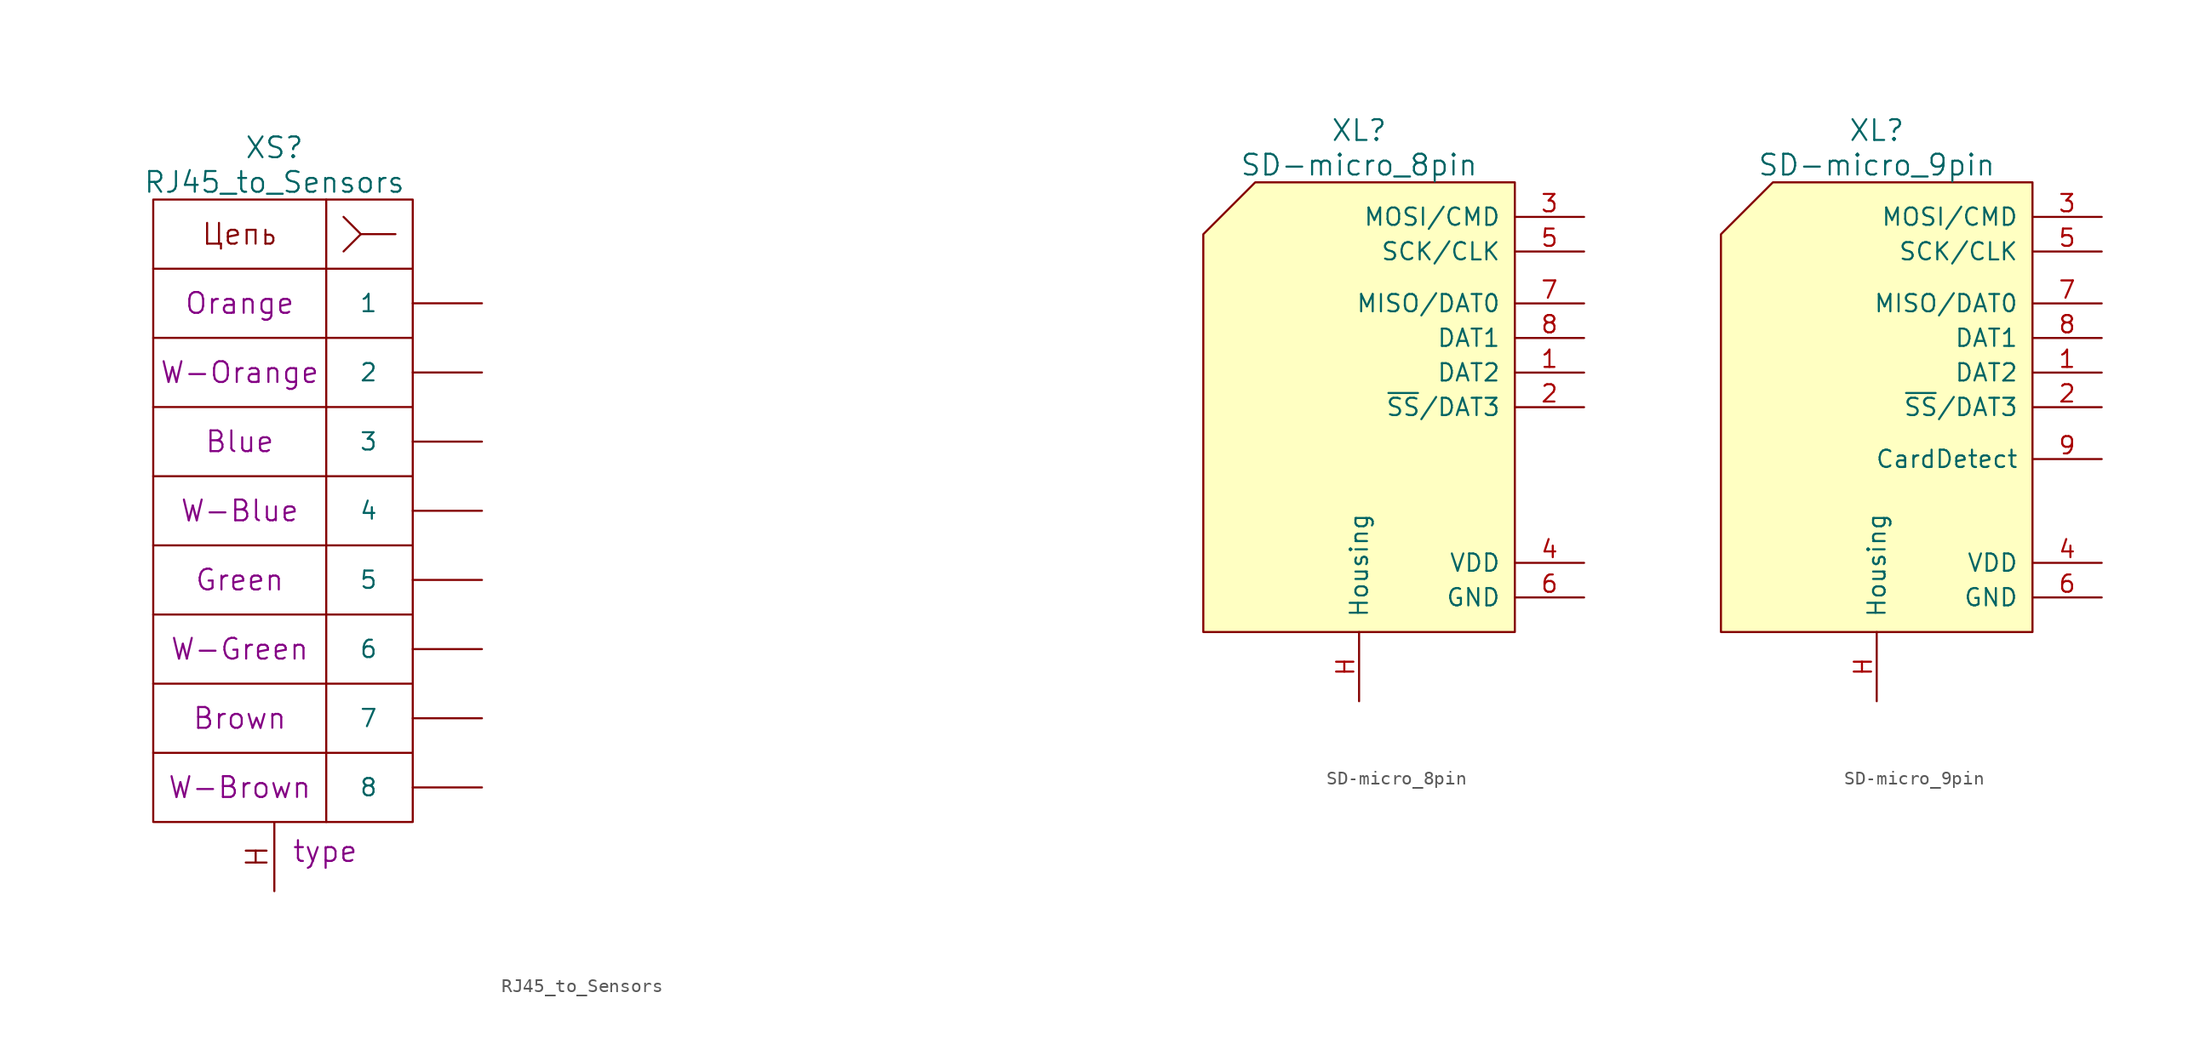
<source format=kicad_sym>
(kicad_symbol_lib
  (version 20220914)
  (generator kicad_symbol_editor)
  (symbol "RJ45_to_Sensors"
    (pin_numbers hide)
    (pin_names
      (offset 2.54))
    (property "Reference" "XS"
      (at 0 26.67 0)
      (do_not_autoplace)
      (effects (font (size 1.524 1.524))))
    (property "Value" "RJ45_to_Sensors"
      (at 0 24.13 0)
      (do_not_autoplace)
      (effects (font (size 1.524 1.524))))
    (property "Datasheet" ""
      (at 54.61 -21.59 0)
      (effects (font (size 1.524 1.524))))
    (property "Pin1" "Orange"
      (at -2.54 15.24 0)
      (do_not_autoplace)
      (effects (font (size 1.524 1.524))))
    (property "Pin2" "W-Orange"
      (at -2.54 10.16 0)
      (do_not_autoplace)
      (effects (font (size 1.524 1.524))))
    (property "Pin3" "Blue"
      (at -2.54 5.08 0)
      (do_not_autoplace)
      (effects (font (size 1.524 1.524))))
    (property "Pin4" "W-Blue"
      (at -2.54 0 0)
      (do_not_autoplace)
      (effects (font (size 1.524 1.524))))
    (property "Pin5" "Green"
      (at -2.54 -5.08 0)
      (do_not_autoplace)
      (effects (font (size 1.524 1.524))))
    (property "Pin6" "W-Green"
      (at -2.54 -10.16 0)
      (do_not_autoplace)
      (effects (font (size 1.524 1.524))))
    (property "Pin7" "Brown"
      (at -2.54 -15.24 0)
      (do_not_autoplace)
      (effects (font (size 1.524 1.524))))
    (property "Pin8" "W-Brown"
      (at -2.54 -20.32 0)
      (do_not_autoplace)
      (effects (font (size 1.524 1.524))))
    (property "Type" "type"
      (at 1.27 -24.13 0)
      (do_not_autoplace)
      (effects (font (size 1.524 1.524)) (justify left top)))
    (symbol "RJ45_to_Sensors_0_0"
      (text "H" (at -1.27 -25.4 900) (effects (font (size 1.524 1.524))))
      (text "Цепь" (at -2.54 20.32 0) (effects (font (size 1.524 1.524)))))
    (symbol "RJ45_to_Sensors_0_1"
      (rectangle (start -8.89 17.78) (end 10.16 -22.86) (stroke (width 0) (type solid)) (fill (type none)))
      (polyline (pts (xy -8.89 -17.78) (xy 10.16 -17.78)) (stroke (width 0) (type solid)) (fill (type none)))
      (polyline (pts (xy -8.89 -12.7) (xy 10.16 -12.7)) (stroke (width 0) (type solid)) (fill (type none)))
      (polyline (pts (xy -8.89 -7.62) (xy 10.16 -7.62)) (stroke (width 0) (type solid)) (fill (type none)))
      (polyline (pts (xy -8.89 -2.54) (xy 10.16 -2.54)) (stroke (width 0) (type solid)) (fill (type none)))
      (polyline (pts (xy -8.89 2.54) (xy 10.16 2.54)) (stroke (width 0) (type solid)) (fill (type none)))
      (polyline (pts (xy -8.89 7.62) (xy 10.16 7.62)) (stroke (width 0) (type solid)) (fill (type none)))
      (polyline (pts (xy 3.81 22.86) (xy 3.81 -22.86)) (stroke (width 0) (type solid)) (fill (type none)))
      (polyline (pts (xy 8.89 20.32) (xy 6.35 20.32)) (stroke (width 0) (type solid)) (fill (type none)))
      (polyline (pts (xy 10.16 12.7) (xy -8.89 12.7)) (stroke (width 0) (type solid)) (fill (type none)))
      (polyline (pts (xy 5.08 19.05) (xy 6.35 20.32) (xy 5.08 21.59)) (stroke (width 0) (type solid)) (fill (type none)))
      (polyline (pts (xy 10.16 17.78) (xy 10.16 22.86) (xy -8.89 22.86) (xy -8.89 17.78)) (stroke (width 0) (type solid)) (fill (type none))))
    (symbol "RJ45_to_Sensors_1_1"
      (pin passive line (at 15.24 15.24 180) (length 5.08) (name "1" (effects (font (size 1.27 1.27)))) (number "1" (effects (font (size 1.27 1.27)))))
      (pin passive line (at 15.24 10.16 180) (length 5.08) (name "2" (effects (font (size 1.27 1.27)))) (number "2" (effects (font (size 1.27 1.27)))))
      (pin passive line (at 15.24 5.08 180) (length 5.08) (name "3" (effects (font (size 1.27 1.27)))) (number "3" (effects (font (size 1.27 1.27)))))
      (pin passive line (at 15.24 0 180) (length 5.08) (name "4" (effects (font (size 1.27 1.27)))) (number "4" (effects (font (size 1.27 1.27)))))
      (pin passive line (at 15.24 -5.08 180) (length 5.08) (name "5" (effects (font (size 1.27 1.27)))) (number "5" (effects (font (size 1.27 1.27)))))
      (pin passive line (at 15.24 -10.16 180) (length 5.08) (name "6" (effects (font (size 1.27 1.27)))) (number "6" (effects (font (size 1.27 1.27)))))
      (pin passive line (at 15.24 -15.24 180) (length 5.08) (name "7" (effects (font (size 1.27 1.27)))) (number "7" (effects (font (size 1.27 1.27)))))
      (pin passive line (at 15.24 -20.32 180) (length 5.08) (name "8" (effects (font (size 1.27 1.27)))) (number "8" (effects (font (size 1.27 1.27)))))
      (pin passive line (at 0 -27.94 90) (length 5.004) (name "~" (effects (font (size 1.524 1.524)))) (number "H" (effects (font (size 1.524 1.524)))))))
  (symbol "SD-micro_8pin"
    (pin_names
      (offset 1.016))
    (property "Reference" "XL"
      (at 0 19.05 0)
      (do_not_autoplace)
      (effects (font (size 1.524 1.524))))
    (property "Value" "SD-micro_8pin"
      (at 0 16.51 0)
      (do_not_autoplace)
      (effects (font (size 1.524 1.524))))
    (property "Datasheet" ""
      (at 0 0 0)
      (effects (font (size 1.524 1.524))))
    (symbol "SD-micro_8pin_0_1"
      (polyline (pts (xy 11.43 15.24) (xy 11.43 -17.78) (xy -11.43 -17.78) (xy -11.43 11.43) (xy -7.62 15.24) (xy 11.43 15.24) (xy 11.43 15.24)) (stroke (width 0) (type solid)) (fill (type background))))
    (symbol "SD-micro_8pin_1_1"
      (pin passive line (at 16.51 1.27 180) (length 5.08) (name "DAT2" (effects (font (size 1.27 1.27)))) (number "1" (effects (font (size 1.27 1.27)))))
      (pin passive line (at 16.51 -1.27 180) (length 5.08) (name "~{SS}/DAT3" (effects (font (size 1.27 1.27)))) (number "2" (effects (font (size 1.27 1.27)))))
      (pin passive line (at 16.51 12.7 180) (length 5.08) (name "MOSI/CMD" (effects (font (size 1.27 1.27)))) (number "3" (effects (font (size 1.27 1.27)))))
      (pin power_in line (at 16.51 -12.7 180) (length 5.08) (name "VDD" (effects (font (size 1.27 1.27)))) (number "4" (effects (font (size 1.27 1.27)))))
      (pin passive line (at 16.51 10.16 180) (length 5.08) (name "SCK/CLK" (effects (font (size 1.27 1.27)))) (number "5" (effects (font (size 1.27 1.27)))))
      (pin power_in line (at 16.51 -15.24 180) (length 5.08) (name "GND" (effects (font (size 1.27 1.27)))) (number "6" (effects (font (size 1.27 1.27)))))
      (pin passive line (at 16.51 6.35 180) (length 5.08) (name "MISO/DAT0" (effects (font (size 1.27 1.27)))) (number "7" (effects (font (size 1.27 1.27)))))
      (pin passive line (at 16.51 3.81 180) (length 5.08) (name "DAT1" (effects (font (size 1.27 1.27)))) (number "8" (effects (font (size 1.27 1.27)))))
      (pin passive line (at 0 -22.86 90) (length 5.08) (name "Housing" (effects (font (size 1.27 1.27)))) (number "H" (effects (font (size 1.27 1.27)))))))
  (symbol "SD-micro_9pin"
    (pin_names
      (offset 1.016))
    (property "Reference" "XL"
      (at 0 19.05 0)
      (do_not_autoplace)
      (effects (font (size 1.524 1.524))))
    (property "Value" "SD-micro_9pin"
      (at 0 16.51 0)
      (do_not_autoplace)
      (effects (font (size 1.524 1.524))))
    (property "Datasheet" ""
      (at 0 0 0)
      (effects (font (size 1.524 1.524))))
    (symbol "SD-micro_9pin_0_1"
      (polyline (pts (xy 11.43 15.24) (xy 11.43 -17.78) (xy -11.43 -17.78) (xy -11.43 11.43) (xy -7.62 15.24) (xy 11.43 15.24) (xy 11.43 15.24)) (stroke (width 0) (type solid)) (fill (type background))))
    (symbol "SD-micro_9pin_1_1"
      (pin passive line (at 16.51 1.27 180) (length 5.08) (name "DAT2" (effects (font (size 1.27 1.27)))) (number "1" (effects (font (size 1.27 1.27)))))
      (pin passive line (at 16.51 -1.27 180) (length 5.08) (name "~{SS}/DAT3" (effects (font (size 1.27 1.27)))) (number "2" (effects (font (size 1.27 1.27)))))
      (pin passive line (at 16.51 12.7 180) (length 5.08) (name "MOSI/CMD" (effects (font (size 1.27 1.27)))) (number "3" (effects (font (size 1.27 1.27)))))
      (pin power_in line (at 16.51 -12.7 180) (length 5.08) (name "VDD" (effects (font (size 1.27 1.27)))) (number "4" (effects (font (size 1.27 1.27)))))
      (pin passive line (at 16.51 10.16 180) (length 5.08) (name "SCK/CLK" (effects (font (size 1.27 1.27)))) (number "5" (effects (font (size 1.27 1.27)))))
      (pin power_in line (at 16.51 -15.24 180) (length 5.08) (name "GND" (effects (font (size 1.27 1.27)))) (number "6" (effects (font (size 1.27 1.27)))))
      (pin passive line (at 16.51 6.35 180) (length 5.08) (name "MISO/DAT0" (effects (font (size 1.27 1.27)))) (number "7" (effects (font (size 1.27 1.27)))))
      (pin passive line (at 16.51 3.81 180) (length 5.08) (name "DAT1" (effects (font (size 1.27 1.27)))) (number "8" (effects (font (size 1.27 1.27)))))
      (pin passive line (at 16.51 -5.08 180) (length 5.08) (name "CardDetect" (effects (font (size 1.27 1.27)))) (number "9" (effects (font (size 1.27 1.27)))))
      (pin passive line (at 0 -22.86 90) (length 5.08) (name "Housing" (effects (font (size 1.27 1.27)))) (number "H" (effects (font (size 1.27 1.27))))))))
</source>
